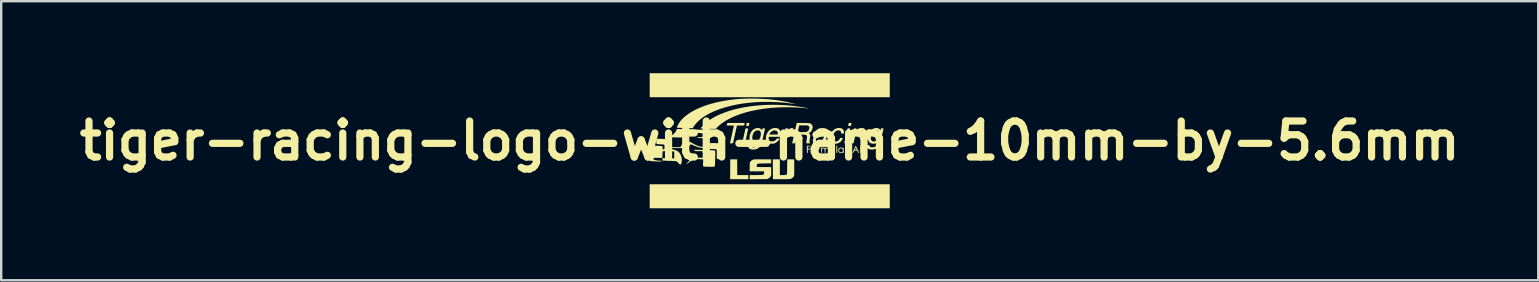
<source format=kicad_pcb>
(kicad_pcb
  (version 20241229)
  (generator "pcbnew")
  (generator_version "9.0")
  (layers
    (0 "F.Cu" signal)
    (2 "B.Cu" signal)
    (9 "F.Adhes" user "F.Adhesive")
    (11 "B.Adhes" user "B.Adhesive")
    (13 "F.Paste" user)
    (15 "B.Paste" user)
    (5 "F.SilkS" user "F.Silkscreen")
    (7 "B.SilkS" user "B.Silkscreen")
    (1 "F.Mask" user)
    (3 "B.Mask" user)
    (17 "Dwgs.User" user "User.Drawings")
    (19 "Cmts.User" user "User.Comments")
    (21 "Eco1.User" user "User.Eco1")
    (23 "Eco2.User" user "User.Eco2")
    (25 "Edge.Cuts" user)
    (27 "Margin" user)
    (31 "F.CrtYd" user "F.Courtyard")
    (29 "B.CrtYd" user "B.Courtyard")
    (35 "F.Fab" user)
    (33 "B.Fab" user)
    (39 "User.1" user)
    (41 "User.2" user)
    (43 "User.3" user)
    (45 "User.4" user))
  (footprint "tiger-racing-logo-with-name-10mm-by-5.6mm"
    (layer "F.Cu")
    (at 29.014 2.813)
    (property "Reference" "tiger-racing-logo-with-name-10mm-by-5.6mm" (at 0 0 0) (layer "F.SilkS") (effects (font (size 1.5 1.5) (thickness 0.3))))
    (attr board_only exclude_from_pos_files exclude_from_bom)
    (fp_poly (pts (xy 5 -2.313) (xy 5 -1.813) (xy -0.000001 -1.813) (xy -5 -1.813) (xy -5 -2.313) (xy -5 -2.813) (xy -0.000001 -2.813) (xy 5 -2.813)) (stroke (width 0) (type solid)) (fill yes) (layer "F.SilkS"))
    (fp_poly (pts (xy 5 2.313) (xy 5 2.813) (xy -0.000001 2.813) (xy -5 2.813) (xy -5 2.313) (xy -5 1.813) (xy -0.000001 1.813) (xy 5 1.813)) (stroke (width 0) (type solid)) (fill yes) (layer "F.SilkS"))
    (fp_poly (pts (xy -1.5 0.773) (xy -1.356 0.773) (xy -1.354 1.101) (xy -1.351 1.43) (xy -1.121 1.43) (xy -0.891 1.43) (xy -0.891 1.516) (xy -0.891 1.602) (xy -1.27 1.602) (xy -1.649 1.602) (xy -1.647 1.187) (xy -1.645 0.773)) (stroke (width 0) (type solid)) (fill yes) (layer "F.SilkS"))
    (fp_poly (pts (xy -0.873 -0.742) (xy -0.855 -0.74) (xy -0.847 -0.733) (xy -0.847 -0.718) (xy -0.853 -0.693) (xy -0.858 -0.672) (xy -0.871 -0.621) (xy -0.929 -0.619) (xy -0.958 -0.618) (xy -0.975 -0.619) (xy -0.982 -0.622) (xy -0.983 -0.628) (xy -0.982 -0.634) (xy -0.978 -0.652) (xy -0.972 -0.678) (xy -0.968 -0.697) (xy -0.959 -0.742) (xy -0.901 -0.742)) (stroke (width 0) (type solid)) (fill yes) (layer "F.SilkS"))
    (fp_poly (pts (xy 2.812 0.355) (xy 2.812 0.402) (xy 2.812 0.443) (xy 2.811 0.477) (xy 2.809 0.5) (xy 2.807 0.51) (xy 2.807 0.51) (xy 2.795 0.511) (xy 2.787 0.51) (xy 2.783 0.508) (xy 2.779 0.502) (xy 2.777 0.491) (xy 2.775 0.472) (xy 2.774 0.443) (xy 2.774 0.403) (xy 2.774 0.355) (xy 2.774 0.203) (xy 2.793 0.203) (xy 2.811 0.203)) (stroke (width 0) (type solid)) (fill yes) (layer "F.SilkS"))
    (fp_poly (pts (xy 3.377 -0.742) (xy 3.397 -0.74) (xy 3.406 -0.737) (xy 3.407 -0.736) (xy 3.405 -0.726) (xy 3.401 -0.705) (xy 3.394 -0.678) (xy 3.393 -0.674) (xy 3.38 -0.617) (xy 3.322 -0.617) (xy 3.293 -0.617) (xy 3.276 -0.619) (xy 3.268 -0.622) (xy 3.267 -0.629) (xy 3.269 -0.635) (xy 3.273 -0.652) (xy 3.278 -0.678) (xy 3.282 -0.697) (xy 3.291 -0.742) (xy 3.349 -0.742)) (stroke (width 0) (type solid)) (fill yes) (layer "F.SilkS"))
    (fp_poly (pts (xy -0.908 -0.513) (xy -0.9 -0.509) (xy -0.898 -0.504) (xy -0.9 -0.495) (xy -0.905 -0.472) (xy -0.912 -0.438) (xy -0.921 -0.395) (xy -0.932 -0.345) (xy -0.944 -0.29) (xy -0.956 -0.232) (xy -0.969 -0.173) (xy -0.982 -0.115) (xy -0.994 -0.06) (xy -1.005 -0.01) (xy -1.015 0.033) (xy -1.023 0.067) (xy -1.028 0.09) (xy -1.029 0.092) (xy -1.032 0.101) (xy -1.039 0.106) (xy -1.054 0.109) (xy -1.079 0.109) (xy -1.091 0.109) (xy -1.12 0.109) (xy -1.137 0.108) (xy -1.145 0.104) (xy -1.146 0.097) (xy -1.144 0.092) (xy -1.142 0.08) (xy -1.136 0.056) (xy -1.128 0.019) (xy -1.118 -0.027) (xy -1.106 -0.082) (xy -1.092 -0.143) (xy -1.077 -0.208) (xy -1.075 -0.219) (xy -1.01 -0.512) (xy -0.954 -0.514) (xy -0.925 -0.515)) (stroke (width 0) (type solid)) (fill yes) (layer "F.SilkS"))
    (fp_poly (pts (xy 2.033 0.288) (xy 2.036 0.293) (xy 2.041 0.3) (xy 2.05 0.298) (xy 2.057 0.293) (xy 2.076 0.285) (xy 2.097 0.281) (xy 2.115 0.283) (xy 2.119 0.286) (xy 2.12 0.296) (xy 2.113 0.308) (xy 2.102 0.315) (xy 2.097 0.315) (xy 2.079 0.316) (xy 2.062 0.329) (xy 2.05 0.351) (xy 2.047 0.358) (xy 2.043 0.38) (xy 2.04 0.412) (xy 2.039 0.445) (xy 2.039 0.447) (xy 2.039 0.478) (xy 2.037 0.496) (xy 2.034 0.505) (xy 2.027 0.508) (xy 2.024 0.508) (xy 2.017 0.507) (xy 2.013 0.503) (xy 2.01 0.494) (xy 2.009 0.476) (xy 2.008 0.449) (xy 2.008 0.409) (xy 2.008 0.395) (xy 2.008 0.35) (xy 2.009 0.318) (xy 2.011 0.298) (xy 2.013 0.286) (xy 2.017 0.282) (xy 2.02 0.281)) (stroke (width 0) (type solid)) (fill yes) (layer "F.SilkS"))
    (fp_poly (pts (xy 1.661 0.211) (xy 1.683 0.212) (xy 1.696 0.215) (xy 1.702 0.219) (xy 1.703 0.226) (xy 1.703 0.227) (xy 1.702 0.235) (xy 1.696 0.239) (xy 1.681 0.242) (xy 1.655 0.242) (xy 1.645 0.242) (xy 1.586 0.242) (xy 1.586 0.285) (xy 1.586 0.328) (xy 1.645 0.328) (xy 1.674 0.328) (xy 1.692 0.33) (xy 1.7 0.334) (xy 1.703 0.341) (xy 1.703 0.348) (xy 1.702 0.358) (xy 1.698 0.363) (xy 1.687 0.366) (xy 1.665 0.367) (xy 1.645 0.367) (xy 1.586 0.367) (xy 1.586 0.437) (xy 1.586 0.47) (xy 1.584 0.491) (xy 1.581 0.503) (xy 1.575 0.508) (xy 1.571 0.51) (xy 1.556 0.511) (xy 1.551 0.51) (xy 1.55 0.501) (xy 1.549 0.479) (xy 1.548 0.446) (xy 1.547 0.406) (xy 1.547 0.359) (xy 1.547 0.358) (xy 1.547 0.211) (xy 1.625 0.211)) (stroke (width 0) (type solid)) (fill yes) (layer "F.SilkS"))
    (fp_poly (pts (xy 1.874 0.283) (xy 1.907 0.295) (xy 1.936 0.316) (xy 1.957 0.346) (xy 1.968 0.383) (xy 1.969 0.398) (xy 1.962 0.439) (xy 1.944 0.472) (xy 1.916 0.497) (xy 1.883 0.512) (xy 1.846 0.516) (xy 1.808 0.508) (xy 1.788 0.497) (xy 1.758 0.468) (xy 1.74 0.432) (xy 1.736 0.397) (xy 1.774 0.397) (xy 1.78 0.434) (xy 1.797 0.461) (xy 1.823 0.478) (xy 1.853 0.483) (xy 1.886 0.474) (xy 1.896 0.469) (xy 1.92 0.447) (xy 1.931 0.42) (xy 1.932 0.391) (xy 1.924 0.362) (xy 1.908 0.338) (xy 1.884 0.321) (xy 1.855 0.315) (xy 1.839 0.316) (xy 1.81 0.329) (xy 1.788 0.352) (xy 1.775 0.382) (xy 1.774 0.397) (xy 1.736 0.397) (xy 1.735 0.392) (xy 1.745 0.352) (xy 1.749 0.344) (xy 1.774 0.311) (xy 1.805 0.291) (xy 1.839 0.282)) (stroke (width 0) (type solid)) (fill yes) (layer "F.SilkS"))
    (fp_poly (pts (xy 3.323 -0.515) (xy 3.344 -0.514) (xy 3.353 -0.512) (xy 3.353 -0.512) (xy 3.352 -0.504) (xy 3.348 -0.483) (xy 3.342 -0.45) (xy 3.333 -0.408) (xy 3.323 -0.359) (xy 3.311 -0.304) (xy 3.298 -0.246) (xy 3.285 -0.186) (xy 3.272 -0.126) (xy 3.26 -0.069) (xy 3.248 -0.016) (xy 3.237 0.031) (xy 3.228 0.069) (xy 3.223 0.092) (xy 3.219 0.101) (xy 3.212 0.106) (xy 3.197 0.109) (xy 3.17 0.109) (xy 3.164 0.109) (xy 3.135 0.109) (xy 3.119 0.107) (xy 3.111 0.102) (xy 3.11 0.095) (xy 3.11 0.095) (xy 3.111 0.085) (xy 3.116 0.062) (xy 3.123 0.028) (xy 3.132 -0.016) (xy 3.143 -0.066) (xy 3.155 -0.122) (xy 3.168 -0.18) (xy 3.181 -0.24) (xy 3.194 -0.299) (xy 3.206 -0.355) (xy 3.217 -0.405) (xy 3.227 -0.449) (xy 3.235 -0.484) (xy 3.238 -0.498) (xy 3.242 -0.507) (xy 3.25 -0.513) (xy 3.265 -0.515) (xy 3.292 -0.516) (xy 3.296 -0.516)) (stroke (width 0) (type solid)) (fill yes) (layer "F.SilkS"))
    (fp_poly (pts (xy 3.897 0.211) (xy 3.922 0.212) (xy 3.936 0.214) (xy 3.943 0.218) (xy 3.945 0.224) (xy 3.946 0.227) (xy 3.944 0.234) (xy 3.939 0.239) (xy 3.926 0.241) (xy 3.903 0.242) (xy 3.875 0.242) (xy 3.805 0.242) (xy 3.805 0.285) (xy 3.805 0.328) (xy 3.875 0.328) (xy 3.909 0.328) (xy 3.929 0.329) (xy 3.94 0.332) (xy 3.945 0.337) (xy 3.946 0.346) (xy 3.946 0.348) (xy 3.945 0.357) (xy 3.941 0.363) (xy 3.931 0.366) (xy 3.913 0.367) (xy 3.881 0.367) (xy 3.875 0.367) (xy 3.805 0.367) (xy 3.805 0.422) (xy 3.805 0.477) (xy 3.875 0.477) (xy 3.909 0.477) (xy 3.929 0.478) (xy 3.94 0.481) (xy 3.945 0.486) (xy 3.946 0.492) (xy 3.94 0.505) (xy 3.932 0.508) (xy 3.918 0.508) (xy 3.893 0.509) (xy 3.862 0.51) (xy 3.846 0.51) (xy 3.775 0.512) (xy 3.772 0.422) (xy 3.771 0.378) (xy 3.771 0.333) (xy 3.772 0.292) (xy 3.772 0.272) (xy 3.774 0.211) (xy 3.86 0.211)) (stroke (width 0) (type solid)) (fill yes) (layer "F.SilkS"))
    (fp_poly (pts (xy 2.545 0.283) (xy 2.55 0.289) (xy 2.552 0.302) (xy 2.554 0.326) (xy 2.556 0.362) (xy 2.556 0.363) (xy 2.559 0.407) (xy 2.564 0.438) (xy 2.572 0.459) (xy 2.586 0.472) (xy 2.605 0.479) (xy 2.61 0.481) (xy 2.628 0.48) (xy 2.65 0.475) (xy 2.67 0.467) (xy 2.681 0.459) (xy 2.682 0.451) (xy 2.683 0.43) (xy 2.685 0.401) (xy 2.687 0.371) (xy 2.689 0.333) (xy 2.692 0.308) (xy 2.695 0.294) (xy 2.699 0.287) (xy 2.705 0.285) (xy 2.706 0.285) (xy 2.713 0.286) (xy 2.717 0.292) (xy 2.719 0.304) (xy 2.72 0.326) (xy 2.72 0.36) (xy 2.72 0.367) (xy 2.717 0.416) (xy 2.711 0.452) (xy 2.702 0.478) (xy 2.687 0.496) (xy 2.672 0.506) (xy 2.643 0.514) (xy 2.609 0.514) (xy 2.577 0.507) (xy 2.569 0.503) (xy 2.55 0.49) (xy 2.537 0.472) (xy 2.529 0.446) (xy 2.525 0.41) (xy 2.524 0.364) (xy 2.524 0.327) (xy 2.525 0.303) (xy 2.527 0.289) (xy 2.531 0.283) (xy 2.537 0.281) (xy 2.538 0.281)) (stroke (width 0) (type solid)) (fill yes) (layer "F.SilkS"))
    (fp_poly (pts (xy 3.592 0.22) (xy 3.603 0.239) (xy 3.618 0.268) (xy 3.635 0.302) (xy 3.654 0.341) (xy 3.672 0.381) (xy 3.69 0.419) (xy 3.705 0.453) (xy 3.717 0.481) (xy 3.724 0.499) (xy 3.725 0.506) (xy 3.717 0.51) (xy 3.707 0.509) (xy 3.693 0.501) (xy 3.678 0.48) (xy 3.668 0.461) (xy 3.646 0.414) (xy 3.584 0.414) (xy 3.523 0.414) (xy 3.502 0.461) (xy 3.489 0.486) (xy 3.479 0.501) (xy 3.469 0.507) (xy 3.46 0.508) (xy 3.439 0.508) (xy 3.482 0.416) (xy 3.501 0.375) (xy 3.505 0.368) (xy 3.549 0.368) (xy 3.554 0.373) (xy 3.568 0.375) (xy 3.586 0.375) (xy 3.608 0.374) (xy 3.622 0.372) (xy 3.625 0.371) (xy 3.622 0.362) (xy 3.614 0.344) (xy 3.605 0.326) (xy 3.584 0.286) (xy 3.571 0.313) (xy 3.56 0.336) (xy 3.552 0.356) (xy 3.551 0.357) (xy 3.549 0.368) (xy 3.505 0.368) (xy 3.521 0.332) (xy 3.539 0.293) (xy 3.552 0.267) (xy 3.565 0.241) (xy 3.577 0.222) (xy 3.585 0.213) (xy 3.587 0.212)) (stroke (width 0) (type solid)) (fill yes) (layer "F.SilkS"))
    (fp_poly (pts (xy -1.315 -0.742) (xy -1.244 -0.742) (xy -1.185 -0.742) (xy -1.139 -0.741) (xy -1.103 -0.74) (xy -1.077 -0.739) (xy -1.059 -0.738) (xy -1.048 -0.736) (xy -1.043 -0.734) (xy -1.042 -0.731) (xy -1.042 -0.731) (xy -1.046 -0.716) (xy -1.051 -0.694) (xy -1.051 -0.69) (xy -1.055 -0.671) (xy -1.059 -0.656) (xy -1.065 -0.646) (xy -1.076 -0.639) (xy -1.094 -0.635) (xy -1.121 -0.633) (xy -1.159 -0.633) (xy -1.211 -0.633) (xy -1.218 -0.633) (xy -1.365 -0.633) (xy -1.447 -0.264) (xy -1.529 0.105) (xy -1.593 0.108) (xy -1.658 0.11) (xy -1.653 0.088) (xy -1.65 0.076) (xy -1.644 0.05) (xy -1.636 0.013) (xy -1.625 -0.035) (xy -1.612 -0.091) (xy -1.598 -0.154) (xy -1.583 -0.222) (xy -1.574 -0.266) (xy -1.558 -0.336) (xy -1.544 -0.402) (xy -1.53 -0.462) (xy -1.519 -0.515) (xy -1.509 -0.558) (xy -1.502 -0.59) (xy -1.497 -0.61) (xy -1.496 -0.615) (xy -1.492 -0.633) (xy -1.641 -0.633) (xy -1.79 -0.633) (xy -1.785 -0.658) (xy -1.78 -0.684) (xy -1.773 -0.712) (xy -1.773 -0.713) (xy -1.765 -0.742) (xy -1.401 -0.742)) (stroke (width 0) (type solid)) (fill yes) (layer "F.SilkS"))
    (fp_poly (pts (xy 3.362 0.214) (xy 3.373 0.221) (xy 3.394 0.238) (xy 3.402 0.252) (xy 3.396 0.262) (xy 3.39 0.266) (xy 3.376 0.27) (xy 3.365 0.262) (xy 3.362 0.258) (xy 3.349 0.246) (xy 3.33 0.243) (xy 3.322 0.244) (xy 3.303 0.247) (xy 3.294 0.255) (xy 3.291 0.27) (xy 3.291 0.285) (xy 3.297 0.298) (xy 3.311 0.312) (xy 3.33 0.328) (xy 3.363 0.356) (xy 3.385 0.378) (xy 3.398 0.397) (xy 3.405 0.416) (xy 3.406 0.436) (xy 3.404 0.462) (xy 3.394 0.48) (xy 3.382 0.493) (xy 3.353 0.51) (xy 3.32 0.516) (xy 3.287 0.51) (xy 3.273 0.502) (xy 3.249 0.482) (xy 3.235 0.463) (xy 3.235 0.449) (xy 3.236 0.447) (xy 3.247 0.439) (xy 3.259 0.441) (xy 3.276 0.455) (xy 3.282 0.462) (xy 3.299 0.477) (xy 3.314 0.482) (xy 3.326 0.481) (xy 3.352 0.471) (xy 3.364 0.456) (xy 3.367 0.435) (xy 3.364 0.417) (xy 3.352 0.399) (xy 3.335 0.383) (xy 3.301 0.354) (xy 3.278 0.333) (xy 3.263 0.316) (xy 3.255 0.303) (xy 3.251 0.29) (xy 3.25 0.275) (xy 3.25 0.275) (xy 3.257 0.243) (xy 3.274 0.22) (xy 3.299 0.206) (xy 3.329 0.204)) (stroke (width 0) (type solid)) (fill yes) (layer "F.SilkS"))
    (fp_poly (pts (xy 3.074 0.285) (xy 3.077 0.291) (xy 3.08 0.303) (xy 3.081 0.324) (xy 3.082 0.355) (xy 3.082 0.398) (xy 3.082 0.442) (xy 3.081 0.473) (xy 3.08 0.493) (xy 3.077 0.505) (xy 3.074 0.51) (xy 3.068 0.512) (xy 3.068 0.512) (xy 3.054 0.508) (xy 3.049 0.5) (xy 3.046 0.491) (xy 3.04 0.49) (xy 3.026 0.498) (xy 3.021 0.501) (xy 2.987 0.513) (xy 2.948 0.514) (xy 2.913 0.503) (xy 2.908 0.5) (xy 2.877 0.474) (xy 2.859 0.441) (xy 2.853 0.4) (xy 2.853 0.396) (xy 2.886 0.396) (xy 2.889 0.425) (xy 2.904 0.452) (xy 2.925 0.47) (xy 2.957 0.483) (xy 2.988 0.481) (xy 3.008 0.473) (xy 3.031 0.456) (xy 3.043 0.433) (xy 3.047 0.399) (xy 3.047 0.399) (xy 3.041 0.362) (xy 3.023 0.336) (xy 2.994 0.32) (xy 2.992 0.319) (xy 2.959 0.316) (xy 2.93 0.325) (xy 2.908 0.343) (xy 2.892 0.368) (xy 2.886 0.396) (xy 2.853 0.396) (xy 2.854 0.389) (xy 2.861 0.349) (xy 2.879 0.319) (xy 2.91 0.296) (xy 2.917 0.291) (xy 2.943 0.284) (xy 2.974 0.283) (xy 3.004 0.288) (xy 3.028 0.298) (xy 3.031 0.3) (xy 3.042 0.309) (xy 3.047 0.305) (xy 3.049 0.297) (xy 3.058 0.284) (xy 3.068 0.283)) (stroke (width 0) (type solid)) (fill yes) (layer "F.SilkS"))
    (fp_poly (pts (xy 0.875 0.773) (xy 1.02 0.773) (xy 1.022 1.098) (xy 1.022 1.18) (xy 1.022 1.254) (xy 1.021 1.318) (xy 1.02 1.371) (xy 1.019 1.412) (xy 1.018 1.44) (xy 1.016 1.452) (xy 1.001 1.485) (xy 0.976 1.519) (xy 0.945 1.548) (xy 0.93 1.559) (xy 0.914 1.568) (xy 0.898 1.577) (xy 0.881 1.583) (xy 0.862 1.589) (xy 0.839 1.593) (xy 0.81 1.596) (xy 0.774 1.598) (xy 0.73 1.6) (xy 0.675 1.601) (xy 0.608 1.601) (xy 0.529 1.602) (xy 0.475 1.602) (xy 0.404 1.602) (xy 0.337 1.601) (xy 0.278 1.601) (xy 0.226 1.601) (xy 0.184 1.601) (xy 0.154 1.6) (xy 0.136 1.6) (xy 0.133 1.6) (xy 0.133 1.592) (xy 0.132 1.57) (xy 0.132 1.535) (xy 0.132 1.489) (xy 0.132 1.433) (xy 0.132 1.368) (xy 0.131 1.297) (xy 0.131 1.22) (xy 0.131 1.186) (xy 0.129 0.773) (xy 0.275 0.773) (xy 0.422 0.773) (xy 0.422 1.102) (xy 0.422 1.43) (xy 0.529 1.43) (xy 0.586 1.429) (xy 0.63 1.426) (xy 0.663 1.422) (xy 0.687 1.414) (xy 0.706 1.404) (xy 0.707 1.403) (xy 0.711 1.4) (xy 0.714 1.395) (xy 0.717 1.386) (xy 0.719 1.373) (xy 0.721 1.354) (xy 0.722 1.328) (xy 0.723 1.292) (xy 0.724 1.245) (xy 0.725 1.187) (xy 0.726 1.115) (xy 0.727 1.082) (xy 0.731 0.773)) (stroke (width 0) (type solid)) (fill yes) (layer "F.SilkS"))
    (fp_poly (pts (xy 0.96 -0.531) (xy 0.97 -0.527) (xy 0.971 -0.518) (xy 0.968 -0.498) (xy 0.962 -0.471) (xy 0.962 -0.47) (xy 0.948 -0.418) (xy 0.896 -0.413) (xy 0.839 -0.4) (xy 0.79 -0.375) (xy 0.751 -0.339) (xy 0.722 -0.293) (xy 0.721 -0.29) (xy 0.716 -0.274) (xy 0.708 -0.246) (xy 0.699 -0.208) (xy 0.688 -0.164) (xy 0.677 -0.115) (xy 0.675 -0.106) (xy 0.664 -0.057) (xy 0.653 -0.011) (xy 0.644 0.029) (xy 0.637 0.06) (xy 0.633 0.078) (xy 0.632 0.08) (xy 0.624 0.109) (xy 0.57 0.109) (xy 0.541 0.109) (xy 0.524 0.106) (xy 0.517 0.102) (xy 0.516 0.097) (xy 0.517 0.084) (xy 0.522 0.06) (xy 0.528 0.029) (xy 0.531 0.017) (xy 0.537 -0.009) (xy 0.545 -0.048) (xy 0.556 -0.095) (xy 0.568 -0.15) (xy 0.581 -0.209) (xy 0.594 -0.266) (xy 0.607 -0.322) (xy 0.618 -0.374) (xy 0.628 -0.42) (xy 0.637 -0.457) (xy 0.643 -0.484) (xy 0.646 -0.497) (xy 0.646 -0.498) (xy 0.649 -0.507) (xy 0.657 -0.513) (xy 0.672 -0.515) (xy 0.699 -0.516) (xy 0.705 -0.516) (xy 0.759 -0.516) (xy 0.754 -0.49) (xy 0.749 -0.466) (xy 0.744 -0.446) (xy 0.743 -0.437) (xy 0.747 -0.435) (xy 0.757 -0.442) (xy 0.777 -0.458) (xy 0.783 -0.463) (xy 0.81 -0.484) (xy 0.839 -0.504) (xy 0.86 -0.515) (xy 0.884 -0.523) (xy 0.912 -0.529) (xy 0.939 -0.531)) (stroke (width 0) (type solid)) (fill yes) (layer "F.SilkS"))
    (fp_poly (pts (xy 0.325 -1.496) (xy 0.599 -1.484) (xy 0.873 -1.462) (xy 1.144 -1.431) (xy 1.412 -1.388) (xy 1.503 -1.372) (xy 1.545 -1.363) (xy 1.578 -1.356) (xy 1.599 -1.35) (xy 1.609 -1.346) (xy 1.606 -1.344) (xy 1.59 -1.345) (xy 1.57 -1.347) (xy 1.369 -1.369) (xy 1.156 -1.384) (xy 0.936 -1.393) (xy 0.711 -1.396) (xy 0.485 -1.393) (xy 0.26 -1.383) (xy 0.041 -1.366) (xy -0.17 -1.344) (xy -0.176 -1.343) (xy -0.399 -1.311) (xy -0.614 -1.272) (xy -0.821 -1.226) (xy -1.019 -1.174) (xy -1.207 -1.115) (xy -1.385 -1.051) (xy -1.552 -0.98) (xy -1.707 -0.905) (xy -1.85 -0.824) (xy -1.979 -0.738) (xy -2.095 -0.648) (xy -2.192 -0.557) (xy -2.256 -0.492) (xy -2.345 -0.494) (xy -2.377 -0.494) (xy -2.422 -0.495) (xy -2.476 -0.497) (xy -2.536 -0.498) (xy -2.598 -0.5) (xy -2.653 -0.502) (xy -2.709 -0.504) (xy -2.761 -0.506) (xy -2.805 -0.508) (xy -2.84 -0.51) (xy -2.864 -0.511) (xy -2.874 -0.512) (xy -2.874 -0.512) (xy -2.872 -0.52) (xy -2.861 -0.537) (xy -2.842 -0.561) (xy -2.819 -0.589) (xy -2.791 -0.62) (xy -2.763 -0.651) (xy -2.753 -0.661) (xy -2.648 -0.758) (xy -2.527 -0.85) (xy -2.392 -0.938) (xy -2.242 -1.02) (xy -2.078 -1.097) (xy -1.9 -1.169) (xy -1.715 -1.234) (xy -1.488 -1.301) (xy -1.25 -1.358) (xy -1.003 -1.405) (xy -0.748 -1.443) (xy -0.486 -1.471) (xy -0.219 -1.489) (xy 0.052 -1.498)) (stroke (width 0) (type solid)) (fill yes) (layer "F.SilkS"))
    (fp_poly (pts (xy 0.059 0.857) (xy 0.059 0.941) (xy -0.215 0.945) (xy -0.291 0.947) (xy -0.353 0.948) (xy -0.403 0.949) (xy -0.441 0.951) (xy -0.471 0.954) (xy -0.492 0.957) (xy -0.507 0.961) (xy -0.517 0.967) (xy -0.525 0.974) (xy -0.53 0.982) (xy -0.531 0.984) (xy -0.535 1) (xy -0.538 1.025) (xy -0.539 1.046) (xy -0.539 1.094) (xy -0.24 1.096) (xy 0.059 1.098) (xy 0.061 1.262) (xy 0.061 1.328) (xy 0.061 1.381) (xy 0.059 1.422) (xy 0.056 1.449) (xy 0.055 1.456) (xy 0.037 1.491) (xy 0.008 1.526) (xy -0.03 1.556) (xy -0.064 1.575) (xy -0.113 1.598) (xy -0.475 1.6) (xy -0.837 1.602) (xy -0.834 1.516) (xy -0.832 1.429) (xy -0.586 1.429) (xy -0.524 1.429) (xy -0.465 1.428) (xy -0.412 1.428) (xy -0.368 1.426) (xy -0.333 1.425) (xy -0.311 1.423) (xy -0.306 1.423) (xy -0.28 1.414) (xy -0.258 1.402) (xy -0.254 1.398) (xy -0.243 1.386) (xy -0.237 1.372) (xy -0.235 1.351) (xy -0.234 1.327) (xy -0.234 1.274) (xy -0.536 1.274) (xy -0.837 1.274) (xy -0.835 1.096) (xy -0.832 0.918) (xy -0.81 0.881) (xy -0.79 0.854) (xy -0.765 0.829) (xy -0.754 0.82) (xy -0.738 0.81) (xy -0.724 0.801) (xy -0.709 0.793) (xy -0.693 0.788) (xy -0.674 0.783) (xy -0.65 0.779) (xy -0.619 0.777) (xy -0.581 0.775) (xy -0.534 0.774) (xy -0.476 0.773) (xy -0.406 0.773) (xy -0.322 0.773) (xy -0.297 0.773) (xy 0.059 0.773)) (stroke (width 0) (type solid)) (fill yes) (layer "F.SilkS"))
    (fp_poly (pts (xy -2.373 0.097) (xy -2.315 0.098) (xy -2.299 0.098) (xy -2.243 0.1) (xy -2.19 0.101) (xy -2.142 0.103) (xy -2.103 0.104) (xy -2.075 0.106) (xy -2.065 0.106) (xy -2.04 0.11) (xy -2.022 0.115) (xy -2.01 0.125) (xy -2.004 0.141) (xy -2.001 0.167) (xy -2.002 0.204) (xy -2.004 0.242) (xy -2.006 0.281) (xy -2.008 0.332) (xy -2.01 0.391) (xy -2.012 0.454) (xy -2.014 0.516) (xy -2.015 0.542) (xy -2.016 0.606) (xy -2.018 0.655) (xy -2.02 0.693) (xy -2.024 0.72) (xy -2.031 0.739) (xy -2.04 0.75) (xy -2.054 0.755) (xy -2.073 0.757) (xy -2.097 0.757) (xy -2.117 0.757) (xy -2.149 0.756) (xy -2.176 0.755) (xy -2.193 0.753) (xy -2.195 0.753) (xy -2.199 0.75) (xy -2.202 0.743) (xy -2.204 0.729) (xy -2.205 0.707) (xy -2.205 0.675) (xy -2.205 0.632) (xy -2.205 0.575) (xy -2.205 0.564) (xy -2.203 0.5) (xy -2.203 0.451) (xy -2.204 0.413) (xy -2.209 0.386) (xy -2.217 0.367) (xy -2.232 0.355) (xy -2.254 0.349) (xy -2.283 0.347) (xy -2.323 0.346) (xy -2.368 0.345) (xy -2.419 0.344) (xy -2.457 0.342) (xy -2.484 0.34) (xy -2.5 0.337) (xy -2.508 0.332) (xy -2.508 0.332) (xy -2.514 0.317) (xy -2.517 0.291) (xy -2.519 0.257) (xy -2.519 0.219) (xy -2.518 0.182) (xy -2.515 0.148) (xy -2.51 0.122) (xy -2.504 0.107) (xy -2.504 0.106) (xy -2.498 0.103) (xy -2.489 0.1) (xy -2.473 0.098) (xy -2.45 0.097) (xy -2.417 0.097)) (stroke (width 0) (type solid)) (fill yes) (layer "F.SilkS"))
    (fp_poly (pts (xy 2.949 -0.525) (xy 2.988 -0.516) (xy 3.006 -0.509) (xy 3.044 -0.481) (xy 3.072 -0.442) (xy 3.089 -0.395) (xy 3.093 -0.342) (xy 3.093 -0.336) (xy 3.09 -0.301) (xy 3.035 -0.301) (xy 2.981 -0.301) (xy 2.976 -0.336) (xy 2.967 -0.377) (xy 2.949 -0.405) (xy 2.921 -0.422) (xy 2.881 -0.429) (xy 2.866 -0.43) (xy 2.819 -0.427) (xy 2.782 -0.416) (xy 2.75 -0.396) (xy 2.724 -0.372) (xy 2.679 -0.317) (xy 2.648 -0.253) (xy 2.63 -0.181) (xy 2.625 -0.111) (xy 2.63 -0.061) (xy 2.644 -0.023) (xy 2.668 0.006) (xy 2.674 0.011) (xy 2.698 0.021) (xy 2.731 0.027) (xy 2.768 0.027) (xy 2.803 0.022) (xy 2.826 0.013) (xy 2.861 -0.011) (xy 2.894 -0.044) (xy 2.919 -0.081) (xy 2.922 -0.086) (xy 2.938 -0.117) (xy 2.993 -0.117) (xy 3.022 -0.117) (xy 3.038 -0.115) (xy 3.044 -0.112) (xy 3.044 -0.104) (xy 3.043 -0.1) (xy 3.019 -0.046) (xy 2.984 0.005) (xy 2.939 0.05) (xy 2.888 0.086) (xy 2.87 0.096) (xy 2.841 0.108) (xy 2.816 0.116) (xy 2.789 0.12) (xy 2.754 0.122) (xy 2.742 0.123) (xy 2.702 0.123) (xy 2.673 0.121) (xy 2.648 0.116) (xy 2.63 0.11) (xy 2.581 0.082) (xy 2.543 0.045) (xy 2.517 -0.002) (xy 2.503 -0.059) (xy 2.501 -0.123) (xy 2.511 -0.194) (xy 2.515 -0.211) (xy 2.541 -0.288) (xy 2.579 -0.357) (xy 2.626 -0.416) (xy 2.681 -0.465) (xy 2.744 -0.501) (xy 2.812 -0.524) (xy 2.813 -0.524) (xy 2.856 -0.53) (xy 2.903 -0.53)) (stroke (width 0) (type solid)) (fill yes) (layer "F.SilkS"))
    (fp_poly (pts (xy -3.689 -0.482) (xy -3.645 -0.48) (xy -3.588 -0.479) (xy -3.519 -0.477) (xy -3.442 -0.475) (xy -3.358 -0.473) (xy -3.27 -0.47) (xy -3.18 -0.468) (xy -3.091 -0.466) (xy -3.059 -0.465) (xy -2.971 -0.463) (xy -2.883 -0.46) (xy -2.796 -0.458) (xy -2.714 -0.456) (xy -2.638 -0.454) (xy -2.571 -0.452) (xy -2.514 -0.45) (xy -2.47 -0.449) (xy -2.455 -0.448) (xy -2.297 -0.443) (xy -2.296 -0.423) (xy -2.3 -0.362) (xy -2.315 -0.3) (xy -2.341 -0.241) (xy -2.375 -0.191) (xy -2.393 -0.172) (xy -2.436 -0.136) (xy -2.48 -0.114) (xy -2.528 -0.104) (xy -2.562 -0.103) (xy -2.586 -0.104) (xy -2.623 -0.105) (xy -2.67 -0.106) (xy -2.724 -0.107) (xy -2.782 -0.108) (xy -2.826 -0.109) (xy -2.881 -0.11) (xy -2.931 -0.112) (xy -2.973 -0.114) (xy -3.006 -0.115) (xy -3.027 -0.117) (xy -3.035 -0.118) (xy -3.033 -0.124) (xy -3.018 -0.13) (xy -2.992 -0.137) (xy -2.958 -0.143) (xy -2.919 -0.148) (xy -2.876 -0.152) (xy -2.832 -0.155) (xy -2.793 -0.156) (xy -2.746 -0.159) (xy -2.703 -0.166) (xy -2.666 -0.176) (xy -2.638 -0.189) (xy -2.619 -0.204) (xy -2.614 -0.219) (xy -2.615 -0.224) (xy -2.627 -0.237) (xy -2.652 -0.251) (xy -2.688 -0.267) (xy -2.732 -0.282) (xy -2.782 -0.296) (xy -2.836 -0.308) (xy -2.891 -0.318) (xy -2.903 -0.32) (xy -2.94 -0.324) (xy -2.989 -0.326) (xy -3.046 -0.328) (xy -3.107 -0.328) (xy -3.17 -0.328) (xy -3.23 -0.326) (xy -3.283 -0.323) (xy -3.309 -0.321) (xy -3.401 -0.306) (xy -3.482 -0.281) (xy -3.552 -0.246) (xy -3.611 -0.2) (xy -3.649 -0.158) (xy -3.668 -0.133) (xy -3.926 -0.139) (xy -4.183 -0.145) (xy -4.106 -0.199) (xy -4.031 -0.257) (xy -3.972 -0.312) (xy -3.926 -0.366) (xy -3.896 -0.42) (xy -3.882 -0.456) (xy -3.874 -0.487)) (stroke (width 0) (type solid)) (fill yes) (layer "F.SilkS"))
    (fp_poly (pts (xy 2.165 0.288) (xy 2.17 0.297) (xy 2.173 0.307) (xy 2.179 0.307) (xy 2.192 0.298) (xy 2.193 0.297) (xy 2.223 0.283) (xy 2.255 0.282) (xy 2.286 0.294) (xy 2.298 0.304) (xy 2.312 0.316) (xy 2.32 0.321) (xy 2.32 0.32) (xy 2.327 0.309) (xy 2.344 0.298) (xy 2.366 0.288) (xy 2.388 0.282) (xy 2.397 0.281) (xy 2.424 0.287) (xy 2.446 0.304) (xy 2.456 0.314) (xy 2.462 0.324) (xy 2.466 0.336) (xy 2.468 0.355) (xy 2.469 0.382) (xy 2.469 0.421) (xy 2.469 0.46) (xy 2.468 0.486) (xy 2.466 0.502) (xy 2.463 0.509) (xy 2.458 0.511) (xy 2.453 0.51) (xy 2.446 0.507) (xy 2.442 0.5) (xy 2.439 0.487) (xy 2.438 0.464) (xy 2.438 0.428) (xy 2.438 0.426) (xy 2.437 0.383) (xy 2.433 0.352) (xy 2.427 0.333) (xy 2.415 0.322) (xy 2.398 0.318) (xy 2.388 0.317) (xy 2.363 0.321) (xy 2.344 0.335) (xy 2.331 0.359) (xy 2.324 0.395) (xy 2.321 0.445) (xy 2.321 0.458) (xy 2.32 0.488) (xy 2.317 0.505) (xy 2.313 0.512) (xy 2.309 0.513) (xy 2.296 0.511) (xy 2.293 0.509) (xy 2.291 0.5) (xy 2.29 0.479) (xy 2.289 0.45) (xy 2.289 0.437) (xy 2.287 0.386) (xy 2.28 0.348) (xy 2.268 0.324) (xy 2.251 0.314) (xy 2.227 0.316) (xy 2.214 0.322) (xy 2.195 0.336) (xy 2.182 0.361) (xy 2.175 0.397) (xy 2.172 0.447) (xy 2.172 0.447) (xy 2.172 0.478) (xy 2.17 0.496) (xy 2.166 0.505) (xy 2.16 0.508) (xy 2.156 0.508) (xy 2.15 0.507) (xy 2.146 0.503) (xy 2.143 0.494) (xy 2.142 0.476) (xy 2.141 0.449) (xy 2.141 0.409) (xy 2.141 0.395) (xy 2.141 0.35) (xy 2.142 0.319) (xy 2.143 0.298) (xy 2.146 0.287) (xy 2.15 0.282) (xy 2.153 0.281)) (stroke (width 0) (type solid)) (fill yes) (layer "F.SilkS"))
    (fp_poly (pts (xy 0.293 -0.526) (xy 0.343 -0.51) (xy 0.384 -0.483) (xy 0.416 -0.444) (xy 0.427 -0.424) (xy 0.438 -0.399) (xy 0.445 -0.377) (xy 0.448 -0.352) (xy 0.449 -0.318) (xy 0.449 -0.309) (xy 0.448 -0.272) (xy 0.447 -0.236) (xy 0.444 -0.207) (xy 0.443 -0.201) (xy 0.437 -0.164) (xy 0.199 -0.164) (xy -0.038 -0.164) (xy -0.042 -0.127) (xy -0.044 -0.098) (xy -0.041 -0.071) (xy -0.04 -0.063) (xy -0.024 -0.025) (xy -0.000436 0.002) (xy 0.032 0.018) (xy 0.075 0.026) (xy 0.098 0.027) (xy 0.157 0.02) (xy 0.209 0.000185) (xy 0.253 -0.033) (xy 0.273 -0.057) (xy 0.301 -0.094) (xy 0.354 -0.094) (xy 0.384 -0.093) (xy 0.401 -0.088) (xy 0.405 -0.078) (xy 0.397 -0.06) (xy 0.383 -0.037) (xy 0.341 0.014) (xy 0.289 0.059) (xy 0.233 0.094) (xy 0.228 0.096) (xy 0.203 0.107) (xy 0.182 0.115) (xy 0.159 0.119) (xy 0.13 0.121) (xy 0.091 0.123) (xy 0.09 0.123) (xy 0.043 0.123) (xy 0.007 0.121) (xy -0.019 0.116) (xy -0.03 0.112) (xy -0.07 0.091) (xy -0.107 0.059) (xy -0.136 0.02) (xy -0.152 -0.015) (xy -0.162 -0.078) (xy -0.16 -0.145) (xy -0.147 -0.214) (xy -0.13 -0.261) (xy -0.016 -0.261) (xy -0.008 -0.26) (xy 0.013 -0.259) (xy 0.045 -0.259) (xy 0.086 -0.258) (xy 0.134 -0.258) (xy 0.16 -0.258) (xy 0.336 -0.258) (xy 0.336 -0.302) (xy 0.331 -0.349) (xy 0.315 -0.386) (xy 0.288 -0.411) (xy 0.25 -0.425) (xy 0.201 -0.428) (xy 0.196 -0.428) (xy 0.146 -0.421) (xy 0.103 -0.404) (xy 0.062 -0.375) (xy 0.045 -0.358) (xy 0.024 -0.335) (xy 0.006 -0.308) (xy -0.009 -0.283) (xy -0.015 -0.263) (xy -0.016 -0.261) (xy -0.13 -0.261) (xy -0.123 -0.282) (xy -0.089 -0.346) (xy -0.047 -0.404) (xy 0.001 -0.452) (xy 0.054 -0.487) (xy 0.118 -0.515) (xy 0.186 -0.529) (xy 0.231 -0.531)) (stroke (width 0) (type solid)) (fill yes) (layer "F.SilkS"))
    (fp_poly (pts (xy -0.626 -1.756) (xy -0.425 -1.751) (xy -0.236 -1.742) (xy -0.055 -1.73) (xy 0.122 -1.712) (xy 0.296 -1.69) (xy 0.473 -1.662) (xy 0.656 -1.628) (xy 0.692 -1.621) (xy 0.738 -1.611) (xy 0.787 -1.6) (xy 0.839 -1.589) (xy 0.89 -1.577) (xy 0.938 -1.565) (xy 0.981 -1.554) (xy 1.017 -1.545) (xy 1.042 -1.537) (xy 1.056 -1.533) (xy 1.057 -1.532) (xy 1.053 -1.53) (xy 1.036 -1.531) (xy 1.011 -1.535) (xy 0.999 -1.536) (xy 0.77 -1.568) (xy 0.535 -1.592) (xy 0.291 -1.608) (xy 0.037 -1.616) (xy -0.118 -1.618) (xy -0.201 -1.618) (xy -0.272 -1.617) (xy -0.333 -1.617) (xy -0.387 -1.616) (xy -0.437 -1.614) (xy -0.486 -1.612) (xy -0.536 -1.609) (xy -0.591 -1.605) (xy -0.653 -1.601) (xy -0.699 -1.597) (xy -0.936 -1.574) (xy -1.168 -1.543) (xy -1.392 -1.504) (xy -1.609 -1.457) (xy -1.817 -1.403) (xy -2.016 -1.342) (xy -2.204 -1.275) (xy -2.38 -1.201) (xy -2.543 -1.12) (xy -2.682 -1.041) (xy -2.78 -0.976) (xy -2.874 -0.905) (xy -2.96 -0.83) (xy -3.038 -0.753) (xy -3.105 -0.676) (xy -3.16 -0.6) (xy -3.181 -0.565) (xy -3.205 -0.523) (xy -3.304 -0.525) (xy -3.338 -0.525) (xy -3.385 -0.527) (xy -3.441 -0.528) (xy -3.503 -0.53) (xy -3.568 -0.532) (xy -3.633 -0.534) (xy -3.635 -0.534) (xy -3.702 -0.536) (xy -3.754 -0.538) (xy -3.795 -0.54) (xy -3.824 -0.542) (xy -3.844 -0.544) (xy -3.857 -0.546) (xy -3.864 -0.549) (xy -3.867 -0.552) (xy -3.867 -0.555) (xy -3.864 -0.57) (xy -3.853 -0.595) (xy -3.838 -0.628) (xy -3.819 -0.664) (xy -3.799 -0.702) (xy -3.778 -0.738) (xy -3.758 -0.768) (xy -3.752 -0.778) (xy -3.681 -0.867) (xy -3.595 -0.954) (xy -3.496 -1.04) (xy -3.384 -1.122) (xy -3.261 -1.201) (xy -3.127 -1.275) (xy -3.096 -1.291) (xy -2.899 -1.382) (xy -2.689 -1.463) (xy -2.467 -1.534) (xy -2.233 -1.596) (xy -1.987 -1.648) (xy -1.748 -1.688) (xy -1.604 -1.708) (xy -1.466 -1.724) (xy -1.33 -1.737) (xy -1.194 -1.746) (xy -1.054 -1.752) (xy -0.907 -1.756) (xy -0.75 -1.757)) (stroke (width 0) (type solid)) (fill yes) (layer "F.SilkS"))
    (fp_poly (pts (xy -3.082 0.378) (xy -3.037 0.379) (xy -2.983 0.379) (xy -2.923 0.38) (xy -2.858 0.382) (xy -2.791 0.383) (xy -2.722 0.385) (xy -2.654 0.387) (xy -2.588 0.389) (xy -2.527 0.391) (xy -2.472 0.393) (xy -2.425 0.394) (xy -2.387 0.396) (xy -2.365 0.398) (xy -2.32 0.402) (xy -2.29 0.407) (xy -2.274 0.413) (xy -2.272 0.415) (xy -2.27 0.426) (xy -2.269 0.452) (xy -2.268 0.49) (xy -2.268 0.541) (xy -2.269 0.602) (xy -2.271 0.673) (xy -2.273 0.752) (xy -2.275 0.838) (xy -2.279 0.929) (xy -2.281 0.978) (xy -2.283 1.013) (xy -2.286 1.038) (xy -2.289 1.055) (xy -2.293 1.065) (xy -2.298 1.072) (xy -2.304 1.077) (xy -2.313 1.08) (xy -2.326 1.083) (xy -2.346 1.084) (xy -2.375 1.085) (xy -2.416 1.085) (xy -2.467 1.085) (xy -2.52 1.084) (xy -2.573 1.083) (xy -2.622 1.082) (xy -2.664 1.08) (xy -2.69 1.079) (xy -2.721 1.077) (xy -2.744 1.073) (xy -2.761 1.067) (xy -2.771 1.056) (xy -2.777 1.037) (xy -2.779 1.009) (xy -2.779 0.97) (xy -2.777 0.918) (xy -2.777 0.91) (xy -2.771 0.776) (xy -2.896 0.771) (xy -2.949 0.769) (xy -3.006 0.767) (xy -3.062 0.766) (xy -3.11 0.766) (xy -3.119 0.766) (xy -3.217 0.766) (xy -3.294 0.842) (xy -3.342 0.887) (xy -3.385 0.921) (xy -3.419 0.944) (xy -3.444 0.956) (xy -3.464 0.965) (xy -3.475 0.969) (xy -3.475 0.969) (xy -3.472 0.964) (xy -3.461 0.95) (xy -3.442 0.929) (xy -3.417 0.903) (xy -3.414 0.9) (xy -3.38 0.864) (xy -3.355 0.834) (xy -3.336 0.805) (xy -3.318 0.773) (xy -3.315 0.767) (xy -3.285 0.704) (xy -3.031 0.705) (xy -2.778 0.707) (xy -2.775 0.589) (xy -2.774 0.539) (xy -2.774 0.502) (xy -2.778 0.474) (xy -2.786 0.455) (xy -2.801 0.443) (xy -2.824 0.437) (xy -2.858 0.434) (xy -2.904 0.434) (xy -2.95 0.434) (xy -3.003 0.433) (xy -3.042 0.433) (xy -3.071 0.431) (xy -3.092 0.429) (xy -3.106 0.426) (xy -3.117 0.421) (xy -3.123 0.418) (xy -3.144 0.403) (xy -3.153 0.389) (xy -3.149 0.379) (xy -3.149 0.379) (xy -3.14 0.378) (xy -3.117 0.378)) (stroke (width 0) (type solid)) (fill yes) (layer "F.SilkS"))
    (fp_poly (pts (xy 3.862 -0.527) (xy 3.887 -0.525) (xy 3.907 -0.521) (xy 3.923 -0.515) (xy 3.939 -0.506) (xy 3.974 -0.477) (xy 3.997 -0.438) (xy 4.008 -0.392) (xy 4.008 -0.379) (xy 4.006 -0.364) (xy 4.002 -0.337) (xy 3.995 -0.299) (xy 3.986 -0.253) (xy 3.976 -0.202) (xy 3.965 -0.148) (xy 3.953 -0.093) (xy 3.942 -0.041) (xy 3.931 0.007) (xy 3.922 0.048) (xy 3.914 0.08) (xy 3.91 0.096) (xy 3.905 0.103) (xy 3.893 0.107) (xy 3.872 0.109) (xy 3.853 0.109) (xy 3.825 0.109) (xy 3.805 0.107) (xy 3.796 0.106) (xy 3.796 0.097) (xy 3.8 0.076) (xy 3.806 0.043) (xy 3.815 0.001) (xy 3.825 -0.048) (xy 3.837 -0.102) (xy 3.838 -0.103) (xy 3.853 -0.175) (xy 3.865 -0.233) (xy 3.874 -0.28) (xy 3.879 -0.316) (xy 3.882 -0.344) (xy 3.881 -0.366) (xy 3.877 -0.382) (xy 3.871 -0.395) (xy 3.864 -0.404) (xy 3.854 -0.415) (xy 3.843 -0.421) (xy 3.828 -0.424) (xy 3.804 -0.426) (xy 3.78 -0.426) (xy 3.736 -0.424) (xy 3.702 -0.416) (xy 3.672 -0.4) (xy 3.642 -0.374) (xy 3.637 -0.369) (xy 3.622 -0.352) (xy 3.608 -0.334) (xy 3.597 -0.313) (xy 3.585 -0.286) (xy 3.574 -0.251) (xy 3.562 -0.207) (xy 3.549 -0.151) (xy 3.535 -0.093) (xy 3.524 -0.041) (xy 3.513 0.007) (xy 3.504 0.047) (xy 3.498 0.078) (xy 3.493 0.097) (xy 3.492 0.103) (xy 3.485 0.106) (xy 3.466 0.108) (xy 3.439 0.109) (xy 3.433 0.109) (xy 3.403 0.109) (xy 3.386 0.108) (xy 3.378 0.104) (xy 3.377 0.098) (xy 3.378 0.092) (xy 3.382 0.076) (xy 3.387 0.05) (xy 3.394 0.019) (xy 3.394 0.016) (xy 3.399 -0.007) (xy 3.407 -0.042) (xy 3.417 -0.088) (xy 3.429 -0.141) (xy 3.442 -0.2) (xy 3.456 -0.261) (xy 3.459 -0.277) (xy 3.512 -0.512) (xy 3.565 -0.514) (xy 3.595 -0.515) (xy 3.612 -0.511) (xy 3.618 -0.501) (xy 3.615 -0.482) (xy 3.61 -0.463) (xy 3.606 -0.446) (xy 3.605 -0.438) (xy 3.605 -0.438) (xy 3.612 -0.442) (xy 3.627 -0.453) (xy 3.638 -0.462) (xy 3.663 -0.48) (xy 3.694 -0.499) (xy 3.707 -0.507) (xy 3.727 -0.516) (xy 3.746 -0.523) (xy 3.768 -0.526) (xy 3.798 -0.527) (xy 3.824 -0.527)) (stroke (width 0) (type solid)) (fill yes) (layer "F.SilkS"))
    (fp_poly (pts (xy 1.385 -0.74) (xy 1.461 -0.739) (xy 1.523 -0.738) (xy 1.573 -0.737) (xy 1.613 -0.734) (xy 1.644 -0.731) (xy 1.668 -0.727) (xy 1.687 -0.721) (xy 1.703 -0.713) (xy 1.718 -0.703) (xy 1.732 -0.691) (xy 1.738 -0.687) (xy 1.767 -0.654) (xy 1.783 -0.616) (xy 1.788 -0.572) (xy 1.787 -0.548) (xy 1.774 -0.486) (xy 1.747 -0.428) (xy 1.709 -0.377) (xy 1.66 -0.335) (xy 1.655 -0.332) (xy 1.626 -0.313) (xy 1.657 -0.282) (xy 1.675 -0.263) (xy 1.684 -0.247) (xy 1.687 -0.226) (xy 1.688 -0.209) (xy 1.686 -0.183) (xy 1.682 -0.148) (xy 1.677 -0.107) (xy 1.672 -0.081) (xy 1.663 -0.029) (xy 1.658 0.011) (xy 1.657 0.039) (xy 1.66 0.058) (xy 1.667 0.069) (xy 1.668 0.07) (xy 1.678 0.086) (xy 1.68 0.095) (xy 1.678 0.101) (xy 1.673 0.106) (xy 1.66 0.108) (xy 1.636 0.109) (xy 1.602 0.109) (xy 1.524 0.109) (xy 1.524 0.08) (xy 1.525 0.061) (xy 1.528 0.03) (xy 1.533 -0.007) (xy 1.539 -0.043) (xy 1.547 -0.098) (xy 1.553 -0.139) (xy 1.554 -0.17) (xy 1.552 -0.193) (xy 1.547 -0.208) (xy 1.539 -0.219) (xy 1.527 -0.23) (xy 1.513 -0.238) (xy 1.496 -0.244) (xy 1.473 -0.248) (xy 1.442 -0.252) (xy 1.4 -0.254) (xy 1.347 -0.255) (xy 1.312 -0.256) (xy 1.144 -0.259) (xy 1.106 -0.089) (xy 1.095 -0.038) (xy 1.085 0.007) (xy 1.077 0.046) (xy 1.07 0.075) (xy 1.066 0.092) (xy 1.065 0.096) (xy 1.061 0.103) (xy 1.051 0.107) (xy 1.032 0.109) (xy 1.001 0.109) (xy 1 0.109) (xy 0.971 0.109) (xy 0.949 0.107) (xy 0.938 0.104) (xy 0.938 0.103) (xy 0.939 0.093) (xy 0.944 0.071) (xy 0.95 0.041) (xy 0.957 0.011) (xy 0.963 -0.016) (xy 0.971 -0.055) (xy 0.983 -0.106) (xy 0.996 -0.165) (xy 1.011 -0.231) (xy 1.026 -0.3) (xy 1.039 -0.359) (xy 1.167 -0.359) (xy 1.328 -0.359) (xy 1.388 -0.36) (xy 1.436 -0.361) (xy 1.472 -0.363) (xy 1.5 -0.365) (xy 1.522 -0.369) (xy 1.532 -0.372) (xy 1.577 -0.393) (xy 1.613 -0.425) (xy 1.637 -0.468) (xy 1.649 -0.52) (xy 1.651 -0.545) (xy 1.645 -0.582) (xy 1.626 -0.61) (xy 1.595 -0.628) (xy 1.589 -0.63) (xy 1.569 -0.634) (xy 1.536 -0.636) (xy 1.49 -0.638) (xy 1.433 -0.64) (xy 1.394 -0.64) (xy 1.229 -0.641) (xy 1.198 -0.5) (xy 1.167 -0.359) (xy 1.039 -0.359) (xy 1.042 -0.372) (xy 1.046 -0.391) (xy 1.062 -0.459) (xy 1.076 -0.524) (xy 1.089 -0.582) (xy 1.101 -0.633) (xy 1.11 -0.674) (xy 1.117 -0.704) (xy 1.121 -0.722) (xy 1.121 -0.725) (xy 1.126 -0.743)) (stroke (width 0) (type solid)) (fill yes) (layer "F.SilkS"))
    (fp_poly (pts (xy -0.462 -0.529) (xy -0.42 -0.52) (xy -0.385 -0.502) (xy -0.353 -0.472) (xy -0.352 -0.472) (xy -0.322 -0.437) (xy -0.317 -0.463) (xy -0.311 -0.49) (xy -0.305 -0.506) (xy -0.294 -0.513) (xy -0.275 -0.516) (xy -0.249 -0.516) (xy -0.221 -0.515) (xy -0.205 -0.514) (xy -0.199 -0.51) (xy -0.198 -0.502) (xy -0.199 -0.498) (xy -0.202 -0.487) (xy -0.207 -0.462) (xy -0.215 -0.425) (xy -0.226 -0.379) (xy -0.238 -0.324) (xy -0.251 -0.263) (xy -0.266 -0.197) (xy -0.269 -0.184) (xy -0.284 -0.116) (xy -0.299 -0.051) (xy -0.313 0.008) (xy -0.326 0.061) (xy -0.337 0.104) (xy -0.345 0.136) (xy -0.351 0.156) (xy -0.352 0.157) (xy -0.382 0.216) (xy -0.426 0.268) (xy -0.48 0.312) (xy -0.543 0.345) (xy -0.557 0.35) (xy -0.579 0.355) (xy -0.613 0.36) (xy -0.651 0.364) (xy -0.672 0.365) (xy -0.714 0.365) (xy -0.745 0.364) (xy -0.77 0.36) (xy -0.794 0.353) (xy -0.795 0.353) (xy -0.823 0.341) (xy -0.847 0.327) (xy -0.857 0.319) (xy -0.881 0.289) (xy -0.898 0.252) (xy -0.906 0.214) (xy -0.906 0.209) (xy -0.906 0.18) (xy -0.849 0.18) (xy -0.793 0.18) (xy -0.781 0.212) (xy -0.767 0.24) (xy -0.746 0.259) (xy -0.716 0.269) (xy -0.674 0.272) (xy -0.652 0.271) (xy -0.592 0.263) (xy -0.542 0.242) (xy -0.502 0.21) (xy -0.472 0.165) (xy -0.453 0.117) (xy -0.445 0.09) (xy -0.44 0.069) (xy -0.438 0.059) (xy -0.438 0.059) (xy -0.443 0.06) (xy -0.457 0.069) (xy -0.464 0.074) (xy -0.511 0.101) (xy -0.566 0.119) (xy -0.624 0.126) (xy -0.681 0.121) (xy -0.696 0.117) (xy -0.745 0.096) (xy -0.786 0.063) (xy -0.816 0.023) (xy -0.827 0.000414) (xy -0.834 -0.022) (xy -0.839 -0.048) (xy -0.842 -0.083) (xy -0.842 -0.094) (xy -0.842 -0.101) (xy -0.726 -0.101) (xy -0.718 -0.054) (xy -0.699 -0.016) (xy -0.671 0.011) (xy -0.635 0.026) (xy -0.591 0.029) (xy -0.542 0.02) (xy -0.493 -0.003) (xy -0.451 -0.039) (xy -0.417 -0.087) (xy -0.391 -0.146) (xy -0.379 -0.192) (xy -0.369 -0.26) (xy -0.369 -0.318) (xy -0.381 -0.364) (xy -0.404 -0.4) (xy -0.408 -0.404) (xy -0.424 -0.416) (xy -0.443 -0.424) (xy -0.47 -0.428) (xy -0.479 -0.428) (xy -0.531 -0.427) (xy -0.574 -0.417) (xy -0.612 -0.395) (xy -0.626 -0.384) (xy -0.659 -0.348) (xy -0.685 -0.302) (xy -0.707 -0.244) (xy -0.712 -0.224) (xy -0.725 -0.158) (xy -0.726 -0.101) (xy -0.842 -0.101) (xy -0.84 -0.173) (xy -0.825 -0.249) (xy -0.8 -0.318) (xy -0.765 -0.38) (xy -0.721 -0.433) (xy -0.67 -0.476) (xy -0.612 -0.507) (xy -0.548 -0.526) (xy -0.514 -0.53)) (stroke (width 0) (type solid)) (fill yes) (layer "F.SilkS"))
    (fp_poly (pts (xy 4.481 -0.528) (xy 4.529 -0.516) (xy 4.567 -0.492) (xy 4.599 -0.456) (xy 4.603 -0.45) (xy 4.612 -0.435) (xy 4.617 -0.434) (xy 4.617 -0.441) (xy 4.62 -0.459) (xy 4.625 -0.483) (xy 4.626 -0.486) (xy 4.634 -0.516) (xy 4.689 -0.516) (xy 4.717 -0.515) (xy 4.733 -0.513) (xy 4.74 -0.509) (xy 4.74 -0.502) (xy 4.74 -0.502) (xy 4.737 -0.491) (xy 4.732 -0.467) (xy 4.724 -0.432) (xy 4.713 -0.386) (xy 4.701 -0.332) (xy 4.688 -0.272) (xy 4.674 -0.207) (xy 4.672 -0.199) (xy 4.657 -0.132) (xy 4.643 -0.068) (xy 4.629 -0.009) (xy 4.617 0.043) (xy 4.606 0.086) (xy 4.598 0.118) (xy 4.593 0.137) (xy 4.593 0.137) (xy 4.564 0.202) (xy 4.522 0.259) (xy 4.47 0.304) (xy 4.409 0.338) (xy 4.346 0.358) (xy 4.297 0.365) (xy 4.245 0.367) (xy 4.194 0.363) (xy 4.151 0.355) (xy 4.143 0.352) (xy 4.115 0.341) (xy 4.091 0.327) (xy 4.081 0.319) (xy 4.057 0.289) (xy 4.04 0.252) (xy 4.032 0.214) (xy 4.032 0.209) (xy 4.031 0.18) (xy 4.088 0.18) (xy 4.145 0.18) (xy 4.157 0.213) (xy 4.17 0.24) (xy 4.19 0.258) (xy 4.219 0.269) (xy 4.26 0.272) (xy 4.285 0.271) (xy 4.331 0.267) (xy 4.366 0.258) (xy 4.38 0.252) (xy 4.42 0.223) (xy 4.454 0.184) (xy 4.477 0.138) (xy 4.482 0.125) (xy 4.489 0.099) (xy 4.495 0.077) (xy 4.498 0.068) (xy 4.498 0.061) (xy 4.49 0.063) (xy 4.473 0.074) (xy 4.469 0.077) (xy 4.42 0.105) (xy 4.368 0.12) (xy 4.308 0.124) (xy 4.298 0.123) (xy 4.238 0.114) (xy 4.188 0.093) (xy 4.149 0.062) (xy 4.132 0.039) (xy 4.114 0.008) (xy 4.103 -0.023) (xy 4.096 -0.058) (xy 4.094 -0.102) (xy 4.094 -0.117) (xy 4.095 -0.127) (xy 4.213 -0.127) (xy 4.213 -0.087) (xy 4.217 -0.056) (xy 4.218 -0.053) (xy 4.238 -0.015) (xy 4.268 0.012) (xy 4.306 0.026) (xy 4.352 0.028) (xy 4.396 0.02) (xy 4.445 -0.003) (xy 4.487 -0.039) (xy 4.521 -0.087) (xy 4.547 -0.146) (xy 4.559 -0.192) (xy 4.569 -0.26) (xy 4.568 -0.318) (xy 4.557 -0.364) (xy 4.534 -0.4) (xy 4.53 -0.404) (xy 4.514 -0.416) (xy 4.495 -0.424) (xy 4.468 -0.428) (xy 4.459 -0.428) (xy 4.402 -0.426) (xy 4.353 -0.412) (xy 4.312 -0.386) (xy 4.277 -0.345) (xy 4.248 -0.291) (xy 4.235 -0.258) (xy 4.224 -0.218) (xy 4.217 -0.172) (xy 4.213 -0.127) (xy 4.095 -0.127) (xy 4.1 -0.196) (xy 4.118 -0.269) (xy 4.147 -0.337) (xy 4.185 -0.396) (xy 4.231 -0.447) (xy 4.285 -0.487) (xy 4.344 -0.514) (xy 4.409 -0.529) (xy 4.423 -0.53)) (stroke (width 0) (type solid)) (fill yes) (layer "F.SilkS"))
    (fp_poly (pts (xy 2.248 -0.526) (xy 2.292 -0.521) (xy 2.326 -0.512) (xy 2.354 -0.497) (xy 2.379 -0.476) (xy 2.382 -0.473) (xy 2.395 -0.459) (xy 2.403 -0.445) (xy 2.409 -0.429) (xy 2.411 -0.408) (xy 2.41 -0.381) (xy 2.405 -0.346) (xy 2.397 -0.301) (xy 2.385 -0.244) (xy 2.372 -0.185) (xy 2.361 -0.132) (xy 2.351 -0.083) (xy 2.342 -0.042) (xy 2.337 -0.009) (xy 2.334 0.013) (xy 2.334 0.02) (xy 2.345 0.029) (xy 2.363 0.03) (xy 2.38 0.03) (xy 2.39 0.032) (xy 2.39 0.032) (xy 2.391 0.041) (xy 2.389 0.06) (xy 2.388 0.071) (xy 2.383 0.092) (xy 2.376 0.106) (xy 2.361 0.113) (xy 2.338 0.116) (xy 2.303 0.117) (xy 2.264 0.112) (xy 2.236 0.098) (xy 2.22 0.074) (xy 2.217 0.057) (xy 2.215 0.032) (xy 2.192 0.05) (xy 2.142 0.081) (xy 2.087 0.104) (xy 2.03 0.119) (xy 1.973 0.126) (xy 1.921 0.123) (xy 1.879 0.11) (xy 1.848 0.091) (xy 1.821 0.065) (xy 1.804 0.037) (xy 1.8 0.026) (xy 1.797 -0.007) (xy 1.8 -0.043) (xy 1.922 -0.043) (xy 1.923 -0.017) (xy 1.928 -0.001) (xy 1.938 0.011) (xy 1.943 0.015) (xy 1.97 0.027) (xy 2.007 0.031) (xy 2.048 0.029) (xy 2.091 0.02) (xy 2.11 0.013) (xy 2.157 -0.01) (xy 2.195 -0.037) (xy 2.22 -0.066) (xy 2.224 -0.073) (xy 2.232 -0.092) (xy 2.24 -0.117) (xy 2.248 -0.144) (xy 2.253 -0.169) (xy 2.256 -0.187) (xy 2.255 -0.193) (xy 2.246 -0.194) (xy 2.227 -0.191) (xy 2.213 -0.188) (xy 2.189 -0.184) (xy 2.155 -0.178) (xy 2.116 -0.171) (xy 2.095 -0.168) (xy 2.036 -0.157) (xy 1.99 -0.143) (xy 1.958 -0.126) (xy 1.936 -0.103) (xy 1.925 -0.074) (xy 1.922 -0.043) (xy 1.8 -0.043) (xy 1.8 -0.046) (xy 1.809 -0.086) (xy 1.822 -0.119) (xy 1.823 -0.12) (xy 1.847 -0.153) (xy 1.879 -0.186) (xy 1.913 -0.213) (xy 1.928 -0.222) (xy 1.954 -0.232) (xy 1.994 -0.241) (xy 2.046 -0.251) (xy 2.107 -0.26) (xy 2.16 -0.266) (xy 2.207 -0.272) (xy 2.242 -0.279) (xy 2.265 -0.289) (xy 2.28 -0.304) (xy 2.29 -0.324) (xy 2.294 -0.342) (xy 2.295 -0.377) (xy 2.282 -0.405) (xy 2.256 -0.424) (xy 2.218 -0.435) (xy 2.18 -0.437) (xy 2.124 -0.434) (xy 2.08 -0.422) (xy 2.046 -0.4) (xy 2.02 -0.369) (xy 2.011 -0.352) (xy 1.996 -0.321) (xy 1.943 -0.32) (xy 1.914 -0.322) (xy 1.896 -0.325) (xy 1.891 -0.329) (xy 1.896 -0.349) (xy 1.909 -0.376) (xy 1.927 -0.405) (xy 1.949 -0.434) (xy 1.97 -0.456) (xy 2.005 -0.485) (xy 2.041 -0.505) (xy 2.082 -0.518) (xy 2.13 -0.525) (xy 2.19 -0.527) (xy 2.192 -0.527)) (stroke (width 0) (type solid)) (fill yes) (layer "F.SilkS"))
    (fp_poly (pts (xy -4.598 -0.082) (xy -4.542 -0.08) (xy -4.516 -0.078) (xy -4.459 -0.076) (xy -4.403 -0.074) (xy -4.351 -0.071) (xy -4.307 -0.07) (xy -4.273 -0.068) (xy -4.267 -0.068) (xy -4.236 -0.067) (xy -4.212 -0.065) (xy -4.195 -0.06) (xy -4.184 -0.05) (xy -4.177 -0.033) (xy -4.174 -0.007) (xy -4.174 0.029) (xy -4.175 0.078) (xy -4.177 0.11) (xy -4.178 0.158) (xy -4.179 0.199) (xy -4.178 0.231) (xy -4.177 0.252) (xy -4.175 0.26) (xy -4.166 0.261) (xy -4.143 0.262) (xy -4.108 0.263) (xy -4.064 0.265) (xy -4.013 0.266) (xy -3.956 0.267) (xy -3.943 0.267) (xy -3.876 0.268) (xy -3.824 0.268) (xy -3.784 0.268) (xy -3.755 0.267) (xy -3.734 0.266) (xy -3.721 0.264) (xy -3.714 0.261) (xy -3.711 0.258) (xy -3.705 0.245) (xy -3.694 0.223) (xy -3.681 0.196) (xy -3.679 0.191) (xy -3.657 0.153) (xy -3.628 0.114) (xy -3.596 0.079) (xy -3.562 0.051) (xy -3.532 0.032) (xy -3.526 0.03) (xy -3.503 0.025) (xy -3.471 0.021) (xy -3.442 0.021) (xy -3.4 0.024) (xy -3.356 0.035) (xy -3.308 0.054) (xy -3.253 0.081) (xy -3.203 0.109) (xy -3.157 0.135) (xy -3.106 0.162) (xy -3.052 0.187) (xy -3 0.209) (xy -2.953 0.227) (xy -2.915 0.24) (xy -2.905 0.242) (xy -2.875 0.247) (xy -2.834 0.249) (xy -2.786 0.249) (xy -2.772 0.249) (xy -2.733 0.248) (xy -2.708 0.248) (xy -2.694 0.249) (xy -2.689 0.251) (xy -2.69 0.256) (xy -2.693 0.259) (xy -2.707 0.27) (xy -2.73 0.281) (xy -2.744 0.286) (xy -2.793 0.295) (xy -2.853 0.293) (xy -2.923 0.282) (xy -3.003 0.26) (xy -3.093 0.227) (xy -3.171 0.194) (xy -3.22 0.173) (xy -3.257 0.159) (xy -3.281 0.152) (xy -3.294 0.152) (xy -3.308 0.158) (xy -3.313 0.163) (xy -3.318 0.176) (xy -3.332 0.197) (xy -3.352 0.221) (xy -3.375 0.246) (xy -3.399 0.269) (xy -3.415 0.283) (xy -3.44 0.3) (xy -3.458 0.309) (xy -3.474 0.311) (xy -3.487 0.31) (xy -3.518 0.302) (xy -3.536 0.287) (xy -3.539 0.267) (xy -3.527 0.242) (xy -3.505 0.215) (xy -3.476 0.19) (xy -3.442 0.167) (xy -3.407 0.149) (xy -3.378 0.139) (xy -3.374 0.138) (xy -3.357 0.132) (xy -3.355 0.124) (xy -3.367 0.116) (xy -3.378 0.113) (xy -3.416 0.112) (xy -3.459 0.121) (xy -3.503 0.138) (xy -3.529 0.153) (xy -3.553 0.171) (xy -3.573 0.192) (xy -3.593 0.22) (xy -3.607 0.243) (xy -3.644 0.307) (xy -3.914 0.304) (xy -4.184 0.301) (xy -4.184 0.324) (xy -4.184 0.348) (xy -4.11 0.353) (xy -4.044 0.361) (xy -3.977 0.377) (xy -3.913 0.4) (xy -3.855 0.426) (xy -3.808 0.456) (xy -3.794 0.468) (xy -3.766 0.499) (xy -3.738 0.542) (xy -3.711 0.592) (xy -3.687 0.646) (xy -3.683 0.658) (xy -3.671 0.704) (xy -3.663 0.754) (xy -3.661 0.805) (xy -3.663 0.855) (xy -3.669 0.902) (xy -3.68 0.941) (xy -3.694 0.972) (xy -3.712 0.991) (xy -3.718 0.993) (xy -3.731 0.996) (xy -3.744 0.989) (xy -3.761 0.974) (xy -3.78 0.952) (xy -3.804 0.927) (xy -3.817 0.912) (xy -3.837 0.891) (xy -3.855 0.876) (xy -3.875 0.864) (xy -3.898 0.856) (xy -3.928 0.851) (xy -3.967 0.847) (xy -4.019 0.844) (xy -4.039 0.843) (xy -4.096 0.84) (xy -4.162 0.837) (xy -4.231 0.834) (xy -4.295 0.832) (xy -4.323 0.831) (xy -4.47 0.826) (xy -4.467 0.776) (xy -4.465 0.725) (xy -4.289 0.726) (xy -4.233 0.727) (xy -4.178 0.727) (xy -4.127 0.728) (xy -4.084 0.73) (xy -4.051 0.731) (xy -4.045 0.732) (xy -3.977 0.737) (xy -3.977 0.592) (xy -3.977 0.447) (xy -4.073 0.442) (xy -4.159 0.438) (xy -4.231 0.435) (xy -4.29 0.433) (xy -4.338 0.431) (xy -4.375 0.431) (xy -4.404 0.432) (xy -4.425 0.434) (xy -4.439 0.437) (xy -4.449 0.441) (xy -4.455 0.446) (xy -4.458 0.452) (xy -4.461 0.464) (xy -4.463 0.488) (xy -4.466 0.523) (xy -4.468 0.564) (xy -4.469 0.589) (xy -4.473 0.713) (xy -4.642 0.712) (xy -4.697 0.711) (xy -4.74 0.711) (xy -4.77 0.712) (xy -4.792 0.713) (xy -4.807 0.715) (xy -4.817 0.718) (xy -4.825 0.723) (xy -4.832 0.729) (xy -4.846 0.742) (xy -4.849 0.753) (xy -4.845 0.764) (xy -4.831 0.781) (xy -4.808 0.795) (xy -4.775 0.806) (xy -4.73 0.816) (xy -4.674 0.823) (xy -4.631 0.828) (xy -4.589 0.832) (xy -4.553 0.835) (xy -4.528 0.836) (xy -4.527 0.836) (xy -4.5 0.838) (xy -4.487 0.843) (xy -4.489 0.85) (xy -4.506 0.858) (xy -4.519 0.862) (xy -4.537 0.864) (xy -4.567 0.865) (xy -4.607 0.865) (xy -4.654 0.864) (xy -4.706 0.863) (xy -4.76 0.861) (xy -4.813 0.858) (xy -4.864 0.855) (xy -4.908 0.852) (xy -4.944 0.849) (xy -4.97 0.845) (xy -4.981 0.842) (xy -5.002 0.833) (xy -4.997 0.559) (xy -4.995 0.494) (xy -4.993 0.433) (xy -4.992 0.377) (xy -4.989 0.33) (xy -4.987 0.292) (xy -4.985 0.267) (xy -4.984 0.257) (xy -4.971 0.23) (xy -4.955 0.214) (xy -4.948 0.21) (xy -4.94 0.207) (xy -4.928 0.205) (xy -4.911 0.204) (xy -4.887 0.204) (xy -4.855 0.204) (xy -4.811 0.205) (xy -4.756 0.207) (xy -4.711 0.209) (xy -4.642 0.212) (xy -4.587 0.214) (xy -4.545 0.217) (xy -4.513 0.221) (xy -4.49 0.226) (xy -4.476 0.234) (xy -4.467 0.244) (xy -4.463 0.258) (xy -4.461 0.276) (xy -4.461 0.299) (xy -4.461 0.306) (xy -4.461 0.359) (xy -4.427 0.359) (xy -4.409 0.359) (xy -4.396 0.355) (xy -4.389 0.345) (xy -4.385 0.328) (xy -4.383 0.299) (xy -4.383 0.262) (xy -4.383 0.227) (xy -4.385 0.201) (xy -4.39 0.181) (xy -4.4 0.168) (xy -4.418 0.159) (xy -4.445 0.154) (xy -4.483 0.151) (xy -4.534 0.148) (xy -4.555 0.147) (xy -4.612 0.145) (xy -4.654 0.142) (xy -4.685 0.138) (xy -4.706 0.131) (xy -4.719 0.12) (xy -4.725 0.104) (xy -4.727 0.081) (xy -4.726 0.05) (xy -4.725 0.029) (xy -4.724 -0.006) (xy -4.722 -0.033) (xy -4.718 -0.054) (xy -4.709 -0.068) (xy -4.695 -0.077) (xy -4.673 -0.082) (xy -4.641 -0.083)) (stroke (width 0) (type solid)) (fill yes) (layer "F.SilkS")))
  (gr_rect
    (start -3 -3)
    (end 61.029 8.625)
    (stroke (width 0.1) (type default))
    (fill no)
    (layer "Edge.Cuts")))
</source>
